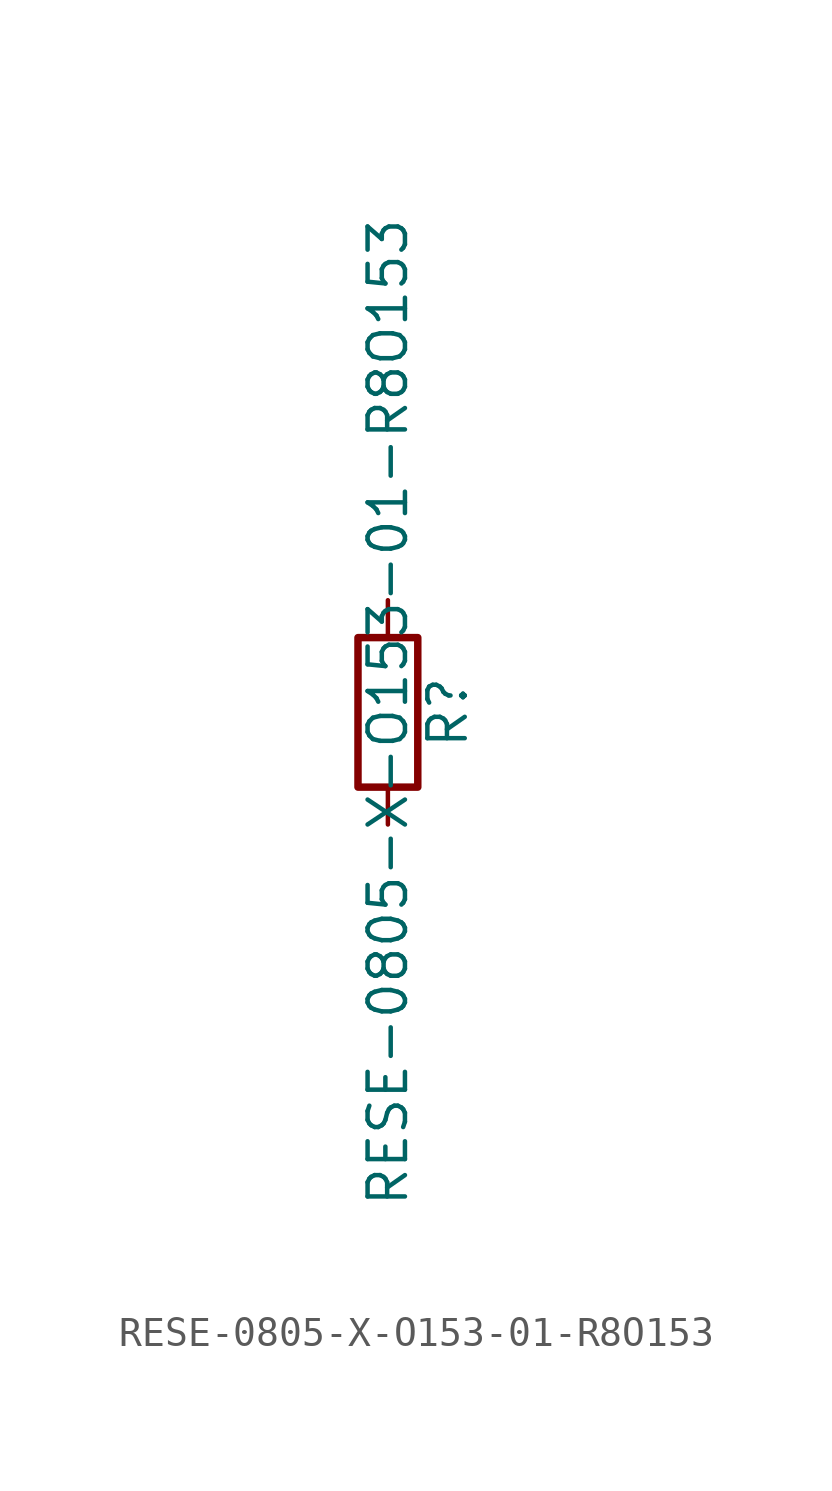
<source format=kicad_sym>
(kicad_symbol_lib
  (version 20211014)
  (generator kicad_symbol_editor)
  (symbol "RESE-0805-X-O153-01-R8O153"
    (pin_numbers hide)
    (pin_names
      (offset 0))
    (property "Reference" "R"
      (at 2.032 0 90)
      (effects (font (size 1.27 1.27))))
    (property "Value" "RESE-0805-X-O153-01-R8O153"
      (at 0 0 90)
      (effects (font (size 1.27 1.27))))
    (symbol "RESE-0805-X-O153-01-R8O153_0_1"
      (rectangle (start -1.016 -2.54) (end 1.016 2.54) (stroke (width 0.254) (type default) (color 0 0 0 0)) (fill (type none))))
    (symbol "RESE-0805-X-O153-01-R8O153_1_1"
      (pin passive line (at 0 3.81 270) (length 1.27) (name "~" (effects (font (size 1.27 1.27)))) (number "1" (effects (font (size 1.27 1.27)))))
      (pin passive line (at 0 -3.81 90) (length 1.27) (name "~" (effects (font (size 1.27 1.27)))) (number "2" (effects (font (size 1.27 1.27))))))))
</source>
